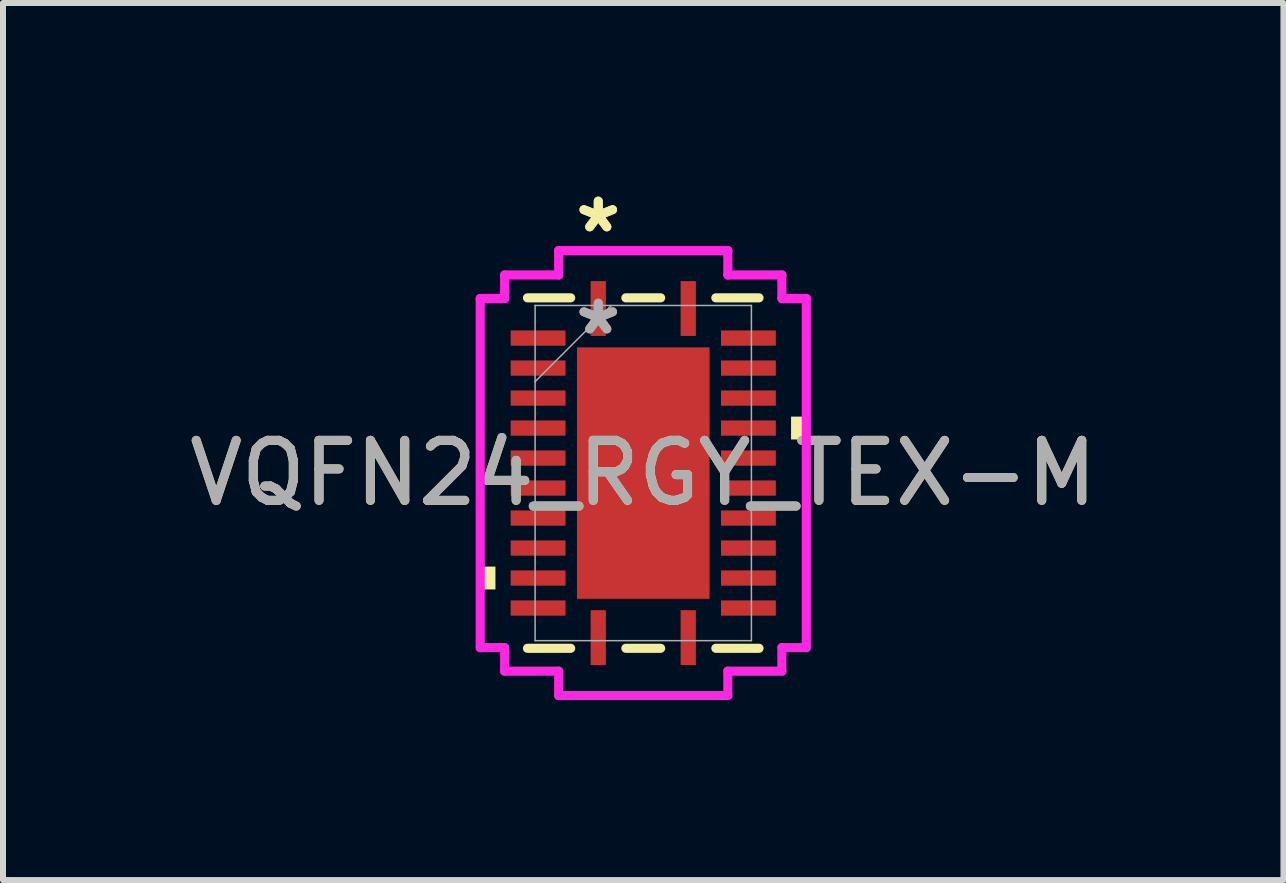
<source format=kicad_pcb>
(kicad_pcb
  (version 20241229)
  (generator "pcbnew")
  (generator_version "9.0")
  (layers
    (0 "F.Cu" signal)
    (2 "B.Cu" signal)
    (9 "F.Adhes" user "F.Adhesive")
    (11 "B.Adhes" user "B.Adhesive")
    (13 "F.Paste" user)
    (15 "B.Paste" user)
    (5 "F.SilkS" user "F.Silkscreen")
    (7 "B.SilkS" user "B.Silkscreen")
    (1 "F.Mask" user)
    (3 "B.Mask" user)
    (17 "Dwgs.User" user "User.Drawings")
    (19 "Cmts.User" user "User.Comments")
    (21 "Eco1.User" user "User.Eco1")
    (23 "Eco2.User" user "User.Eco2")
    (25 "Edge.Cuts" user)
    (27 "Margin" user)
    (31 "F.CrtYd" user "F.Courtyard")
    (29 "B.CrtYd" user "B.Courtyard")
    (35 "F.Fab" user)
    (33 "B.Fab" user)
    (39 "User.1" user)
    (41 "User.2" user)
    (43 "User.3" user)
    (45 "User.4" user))
  (footprint "VQFN24_RGY_TEX-M"
    (layer "F.Cu")
    (at 7.673 4.836)
    (property "Reference" "VQFN24_RGY_TEX-M" (at 0 0 0) (unlocked yes) (layer "F.SilkS") (effects (font (size 1 1) (thickness 0.15))))
    (attr smd)
    (fp_line (start -1.93 2.921) (end -1.21 2.921) (stroke (width 0.152) (type solid)) (layer "F.SilkS"))
    (fp_line (start -1.21 -2.921) (end -1.93 -2.921) (stroke (width 0.152) (type solid)) (layer "F.SilkS"))
    (fp_line (start -0.29 2.921) (end 0.29 2.921) (stroke (width 0.152) (type solid)) (layer "F.SilkS"))
    (fp_line (start 0.29 -2.921) (end -0.29 -2.921) (stroke (width 0.152) (type solid)) (layer "F.SilkS"))
    (fp_line (start 1.21 2.921) (end 1.93 2.921) (stroke (width 0.152) (type solid)) (layer "F.SilkS"))
    (fp_line (start 1.93 -2.921) (end 1.21 -2.921) (stroke (width 0.152) (type solid)) (layer "F.SilkS"))
    (fp_poly (pts (xy -2.718 1.559) (xy -2.718 1.94) (xy -2.464 1.94) (xy -2.464 1.559)) (stroke (width 0) (type solid)) (fill yes) (layer "F.SilkS"))
    (fp_poly (pts (xy 2.718 -0.941) (xy 2.718 -0.56) (xy 2.464 -0.56) (xy 2.464 -0.941)) (stroke (width 0) (type solid)) (fill yes) (layer "F.SilkS"))
    (fp_poly (pts (xy -1.005 -1.996) (xy -1.005 -0.798) (xy 1.005 -0.798) (xy 1.005 -1.996)) (stroke (width 0) (type solid)) (fill yes) (layer "F.Paste"))
    (fp_poly (pts (xy -1.005 -0.599) (xy -1.005 0.599) (xy 1.005 0.599) (xy 1.005 -0.599)) (stroke (width 0) (type solid)) (fill yes) (layer "F.Paste"))
    (fp_poly (pts (xy -1.005 0.798) (xy -1.005 1.996) (xy 1.005 1.996) (xy 1.005 0.798)) (stroke (width 0) (type solid)) (fill yes) (layer "F.Paste"))
    (fp_line (start -2.718 -2.91) (end -2.311 -2.91) (stroke (width 0.152) (type solid)) (layer "F.CrtYd"))
    (fp_line (start -2.718 2.91) (end -2.718 -2.91) (stroke (width 0.152) (type solid)) (layer "F.CrtYd"))
    (fp_line (start -2.311 -3.302) (end -1.41 -3.302) (stroke (width 0.152) (type solid)) (layer "F.CrtYd"))
    (fp_line (start -2.311 -2.91) (end -2.311 -3.302) (stroke (width 0.152) (type solid)) (layer "F.CrtYd"))
    (fp_line (start -2.311 2.91) (end -2.718 2.91) (stroke (width 0.152) (type solid)) (layer "F.CrtYd"))
    (fp_line (start -2.311 3.302) (end -2.311 2.91) (stroke (width 0.152) (type solid)) (layer "F.CrtYd"))
    (fp_line (start -2.311 3.302) (end -1.41 3.302) (stroke (width 0.152) (type solid)) (layer "F.CrtYd"))
    (fp_line (start -1.41 -3.708) (end 1.41 -3.708) (stroke (width 0.152) (type solid)) (layer "F.CrtYd"))
    (fp_line (start -1.41 -3.302) (end -1.41 -3.708) (stroke (width 0.152) (type solid)) (layer "F.CrtYd"))
    (fp_line (start -1.41 3.302) (end -1.41 3.708) (stroke (width 0.152) (type solid)) (layer "F.CrtYd"))
    (fp_line (start -1.41 3.708) (end 1.41 3.708) (stroke (width 0.152) (type solid)) (layer "F.CrtYd"))
    (fp_line (start 1.41 -3.708) (end 1.41 -3.302) (stroke (width 0.152) (type solid)) (layer "F.CrtYd"))
    (fp_line (start 1.41 -3.302) (end 2.311 -3.302) (stroke (width 0.152) (type solid)) (layer "F.CrtYd"))
    (fp_line (start 1.41 3.302) (end 2.311 3.302) (stroke (width 0.152) (type solid)) (layer "F.CrtYd"))
    (fp_line (start 1.41 3.708) (end 1.41 3.302) (stroke (width 0.152) (type solid)) (layer "F.CrtYd"))
    (fp_line (start 2.311 -2.91) (end 2.311 -3.302) (stroke (width 0.152) (type solid)) (layer "F.CrtYd"))
    (fp_line (start 2.311 2.91) (end 2.718 2.91) (stroke (width 0.152) (type solid)) (layer "F.CrtYd"))
    (fp_line (start 2.311 3.302) (end 2.311 2.91) (stroke (width 0.152) (type solid)) (layer "F.CrtYd"))
    (fp_line (start 2.718 -2.91) (end 2.311 -2.91) (stroke (width 0.152) (type solid)) (layer "F.CrtYd"))
    (fp_line (start 2.718 2.91) (end 2.718 -2.91) (stroke (width 0.152) (type solid)) (layer "F.CrtYd"))
    (fp_line (start -1.803 -2.794) (end -1.803 2.794) (stroke (width 0.025) (type solid)) (layer "F.Fab"))
    (fp_line (start -1.803 -1.524) (end -0.533 -2.794) (stroke (width 0.025) (type solid)) (layer "F.Fab"))
    (fp_line (start -1.803 2.794) (end 1.803 2.794) (stroke (width 0.025) (type solid)) (layer "F.Fab"))
    (fp_line (start 1.803 -2.794) (end -1.803 -2.794) (stroke (width 0.025) (type solid)) (layer "F.Fab"))
    (fp_line (start 1.803 2.794) (end 1.803 -2.794) (stroke (width 0.025) (type solid)) (layer "F.Fab"))
    (fp_text user "*" (at -0.75 -3.988 0) (unlocked yes) (layer "F.SilkS") (effects (font (size 1 1) (thickness 0.15))))
    (fp_text user "*" (at -0.75 -3.988 0) (layer "F.SilkS") (effects (font (size 1 1) (thickness 0.15))))
    (fp_text user "*" (at -0.75 -2.286 0) (unlocked yes) (layer "F.Fab") (effects (font (size 1 1) (thickness 0.15))))
    (fp_text user "*" (at -0.75 -2.286 0) (layer "F.Fab") (effects (font (size 1 1) (thickness 0.15))))
    (fp_text user "${REFERENCE}" (at 0 0 0) (unlocked yes) (layer "F.Fab") (effects (font (size 1 1) (thickness 0.15))))
    (pad "1" smd rect (at -0.75 -2.743) (size 0.254 0.914) (layers "F.Cu" "F.Mask" "F.Paste"))
    (pad "2" smd rect (at -1.753 -2.25 90) (size 0.254 0.914) (layers "F.Cu" "F.Mask" "F.Paste"))
    (pad "3" smd rect (at -1.753 -1.75 90) (size 0.254 0.914) (layers "F.Cu" "F.Mask" "F.Paste"))
    (pad "4" smd rect (at -1.753 -1.25 90) (size 0.254 0.914) (layers "F.Cu" "F.Mask" "F.Paste"))
    (pad "5" smd rect (at -1.753 -0.75 90) (size 0.254 0.914) (layers "F.Cu" "F.Mask" "F.Paste"))
    (pad "6" smd rect (at -1.753 -0.25 90) (size 0.254 0.914) (layers "F.Cu" "F.Mask" "F.Paste"))
    (pad "7" smd rect (at -1.753 0.25 90) (size 0.254 0.914) (layers "F.Cu" "F.Mask" "F.Paste"))
    (pad "8" smd rect (at -1.753 0.75 90) (size 0.254 0.914) (layers "F.Cu" "F.Mask" "F.Paste"))
    (pad "9" smd rect (at -1.753 1.25 90) (size 0.254 0.914) (layers "F.Cu" "F.Mask" "F.Paste"))
    (pad "10" smd rect (at -1.753 1.75 90) (size 0.254 0.914) (layers "F.Cu" "F.Mask" "F.Paste"))
    (pad "11" smd rect (at -1.753 2.25 90) (size 0.254 0.914) (layers "F.Cu" "F.Mask" "F.Paste"))
    (pad "12" smd rect (at -0.75 2.743) (size 0.254 0.914) (layers "F.Cu" "F.Mask" "F.Paste"))
    (pad "13" smd rect (at 0.75 2.743) (size 0.254 0.914) (layers "F.Cu" "F.Mask" "F.Paste"))
    (pad "14" smd rect (at 1.753 2.25 90) (size 0.254 0.914) (layers "F.Cu" "F.Mask" "F.Paste"))
    (pad "15" smd rect (at 1.753 1.75 90) (size 0.254 0.914) (layers "F.Cu" "F.Mask" "F.Paste"))
    (pad "16" smd rect (at 1.753 1.25 90) (size 0.254 0.914) (layers "F.Cu" "F.Mask" "F.Paste"))
    (pad "17" smd rect (at 1.753 0.75 90) (size 0.254 0.914) (layers "F.Cu" "F.Mask" "F.Paste"))
    (pad "18" smd rect (at 1.753 0.25 90) (size 0.254 0.914) (layers "F.Cu" "F.Mask" "F.Paste"))
    (pad "19" smd rect (at 1.753 -0.25 90) (size 0.254 0.914) (layers "F.Cu" "F.Mask" "F.Paste"))
    (pad "20" smd rect (at 1.753 -0.75 90) (size 0.254 0.914) (layers "F.Cu" "F.Mask" "F.Paste"))
    (pad "21" smd rect (at 1.753 -1.25 90) (size 0.254 0.914) (layers "F.Cu" "F.Mask" "F.Paste"))
    (pad "22" smd rect (at 1.753 -1.75 90) (size 0.254 0.914) (layers "F.Cu" "F.Mask" "F.Paste"))
    (pad "23" smd rect (at 1.753 -2.25 90) (size 0.254 0.914) (layers "F.Cu" "F.Mask" "F.Paste"))
    (pad "24" smd rect (at 0.75 -2.743) (size 0.254 0.914) (layers "F.Cu" "F.Mask" "F.Paste"))
    (pad "25" smd rect (at 0 0) (size 2.21 4.191) (layers "F.Cu" "F.Mask" "F.Paste")))
  (gr_rect
    (start -3 -3)
    (end 18.345 11.621)
    (stroke (width 0.1) (type default))
    (fill no)
    (layer "Edge.Cuts")))
</source>
